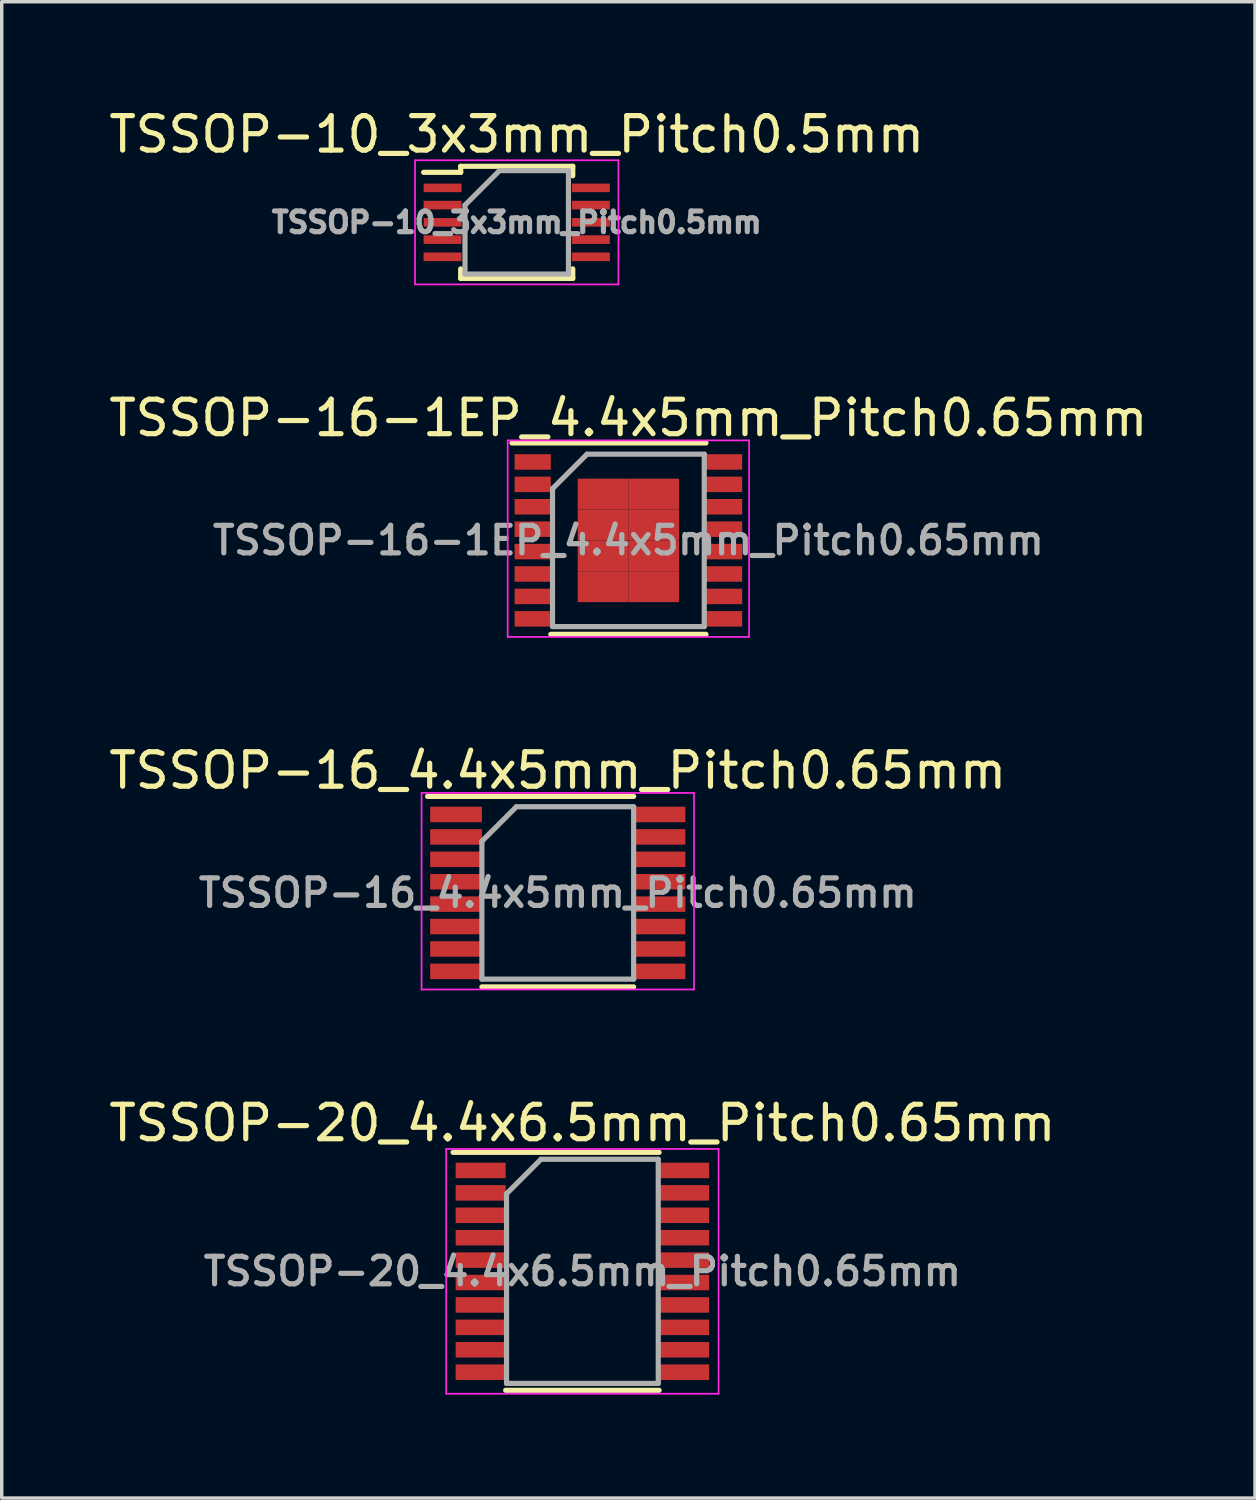
<source format=kicad_pcb>
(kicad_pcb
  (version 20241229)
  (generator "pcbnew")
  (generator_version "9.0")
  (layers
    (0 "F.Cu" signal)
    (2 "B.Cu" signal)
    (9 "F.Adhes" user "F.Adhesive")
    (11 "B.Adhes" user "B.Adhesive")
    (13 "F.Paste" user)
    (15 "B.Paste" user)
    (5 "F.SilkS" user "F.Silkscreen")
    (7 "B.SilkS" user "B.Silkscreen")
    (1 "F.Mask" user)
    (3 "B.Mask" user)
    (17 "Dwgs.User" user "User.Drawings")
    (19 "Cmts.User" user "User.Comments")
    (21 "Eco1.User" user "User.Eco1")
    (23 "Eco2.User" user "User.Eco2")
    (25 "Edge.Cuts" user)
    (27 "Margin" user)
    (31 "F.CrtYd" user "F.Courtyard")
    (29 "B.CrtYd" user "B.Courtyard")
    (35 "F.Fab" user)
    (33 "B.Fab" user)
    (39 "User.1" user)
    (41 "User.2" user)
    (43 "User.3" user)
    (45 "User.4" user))
  (footprint "TSSOP-16-1EP_4.4x5mm_Pitch0.65mm"
    (layer "F.Cu")
    (at 15.173 12.621)
    (property "Reference" "TSSOP-16-1EP_4.4x5mm_Pitch0.65mm" (at 0 -3.55 0) (layer "F.SilkS") (effects (font (size 1 1) (thickness 0.15))))
    (attr smd)
    (fp_line (start -3.375 -2.825) (end 2.25 -2.825) (stroke (width 0.15) (type solid)) (layer "F.SilkS"))
    (fp_line (start -2.25 2.725) (end 2.25 2.725) (stroke (width 0.15) (type solid)) (layer "F.SilkS"))
    (fp_line (start -3.5 -2.9) (end -3.5 2.8) (stroke (width 0.05) (type solid)) (layer "F.CrtYd"))
    (fp_line (start -3.5 -2.9) (end 3.5 -2.9) (stroke (width 0.05) (type solid)) (layer "F.CrtYd"))
    (fp_line (start -3.5 2.8) (end 3.5 2.8) (stroke (width 0.05) (type solid)) (layer "F.CrtYd"))
    (fp_line (start 3.5 -2.9) (end 3.5 2.8) (stroke (width 0.05) (type solid)) (layer "F.CrtYd"))
    (fp_line (start -2.2 -1.5) (end -1.2 -2.5) (stroke (width 0.15) (type solid)) (layer "F.Fab"))
    (fp_line (start -2.2 2.5) (end -2.2 -1.5) (stroke (width 0.15) (type solid)) (layer "F.Fab"))
    (fp_line (start -1.2 -2.5) (end 2.2 -2.5) (stroke (width 0.15) (type solid)) (layer "F.Fab"))
    (fp_line (start 2.2 -2.5) (end 2.2 2.5) (stroke (width 0.15) (type solid)) (layer "F.Fab"))
    (fp_line (start 2.2 2.5) (end -2.2 2.5) (stroke (width 0.15) (type solid)) (layer "F.Fab"))
    (fp_text user "${REFERENCE}" (at 0 0 0) (layer "F.Fab") (effects (font (size 0.8 0.8) (thickness 0.15))))
    (pad "1" smd rect (at -2.775 -2.275) (size 1.05 0.45) (layers "F.Cu" "F.Mask" "F.Paste"))
    (pad "2" smd rect (at -2.775 -1.625) (size 1.05 0.45) (layers "F.Cu" "F.Mask" "F.Paste"))
    (pad "3" smd rect (at -2.775 -0.975) (size 1.05 0.45) (layers "F.Cu" "F.Mask" "F.Paste"))
    (pad "4" smd rect (at -2.775 -0.325) (size 1.05 0.45) (layers "F.Cu" "F.Mask" "F.Paste"))
    (pad "5" smd rect (at -2.775 0.325) (size 1.05 0.45) (layers "F.Cu" "F.Mask" "F.Paste"))
    (pad "6" smd rect (at -2.775 0.975) (size 1.05 0.45) (layers "F.Cu" "F.Mask" "F.Paste"))
    (pad "7" smd rect (at -2.775 1.625) (size 1.05 0.45) (layers "F.Cu" "F.Mask" "F.Paste"))
    (pad "8" smd rect (at -2.775 2.275) (size 1.05 0.45) (layers "F.Cu" "F.Mask" "F.Paste"))
    (pad "9" smd rect (at 2.775 2.275) (size 1.05 0.45) (layers "F.Cu" "F.Mask" "F.Paste"))
    (pad "10" smd rect (at 2.775 1.625) (size 1.05 0.45) (layers "F.Cu" "F.Mask" "F.Paste"))
    (pad "11" smd rect (at 2.775 0.975) (size 1.05 0.45) (layers "F.Cu" "F.Mask" "F.Paste"))
    (pad "12" smd rect (at 2.775 0.325) (size 1.05 0.45) (layers "F.Cu" "F.Mask" "F.Paste"))
    (pad "13" smd rect (at 2.775 -0.325) (size 1.05 0.45) (layers "F.Cu" "F.Mask" "F.Paste"))
    (pad "14" smd rect (at 2.775 -0.975) (size 1.05 0.45) (layers "F.Cu" "F.Mask" "F.Paste"))
    (pad "15" smd rect (at 2.775 -1.625) (size 1.05 0.45) (layers "F.Cu" "F.Mask" "F.Paste"))
    (pad "16" smd rect (at 2.775 -2.275) (size 1.05 0.45) (layers "F.Cu" "F.Mask" "F.Paste"))
    (pad "17" smd rect (at -0.735 -1.343) (size 1.47 0.895) (layers "F.Cu" "F.Mask" "F.Paste"))
    (pad "17" smd rect (at -0.735 -0.448) (size 1.47 0.895) (layers "F.Cu" "F.Mask" "F.Paste"))
    (pad "17" smd rect (at -0.735 0.448) (size 1.47 0.895) (layers "F.Cu" "F.Mask" "F.Paste"))
    (pad "17" smd rect (at -0.735 1.343) (size 1.47 0.895) (layers "F.Cu" "F.Mask" "F.Paste"))
    (pad "17" smd rect (at 0.735 -1.343) (size 1.47 0.895) (layers "F.Cu" "F.Mask" "F.Paste"))
    (pad "17" smd rect (at 0.735 -0.448) (size 1.47 0.895) (layers "F.Cu" "F.Mask" "F.Paste"))
    (pad "17" smd rect (at 0.735 0.448) (size 1.47 0.895) (layers "F.Cu" "F.Mask" "F.Paste"))
    (pad "17" smd rect (at 0.735 1.343) (size 1.47 0.895) (layers "F.Cu" "F.Mask" "F.Paste")))
  (footprint "TSSOP-16_4.4x5mm_Pitch0.65mm"
    (layer "F.Cu")
    (at 13.125 22.845)
    (property "Reference" "TSSOP-16_4.4x5mm_Pitch0.65mm" (at 0 -3.55 0) (layer "F.SilkS") (effects (font (size 1 1) (thickness 0.15))))
    (attr smd)
    (fp_line (start -3.775 -2.8) (end 2.2 -2.8) (stroke (width 0.15) (type solid)) (layer "F.SilkS"))
    (fp_line (start -2.2 2.725) (end 2.2 2.725) (stroke (width 0.15) (type solid)) (layer "F.SilkS"))
    (fp_line (start -3.95 -2.9) (end -3.95 2.8) (stroke (width 0.05) (type solid)) (layer "F.CrtYd"))
    (fp_line (start -3.95 -2.9) (end 3.95 -2.9) (stroke (width 0.05) (type solid)) (layer "F.CrtYd"))
    (fp_line (start -3.95 2.8) (end 3.95 2.8) (stroke (width 0.05) (type solid)) (layer "F.CrtYd"))
    (fp_line (start 3.95 -2.9) (end 3.95 2.8) (stroke (width 0.05) (type solid)) (layer "F.CrtYd"))
    (fp_line (start -2.2 -1.5) (end -1.2 -2.5) (stroke (width 0.15) (type solid)) (layer "F.Fab"))
    (fp_line (start -2.2 2.5) (end -2.2 -1.5) (stroke (width 0.15) (type solid)) (layer "F.Fab"))
    (fp_line (start -1.2 -2.5) (end 2.2 -2.5) (stroke (width 0.15) (type solid)) (layer "F.Fab"))
    (fp_line (start 2.2 -2.5) (end 2.2 2.5) (stroke (width 0.15) (type solid)) (layer "F.Fab"))
    (fp_line (start 2.2 2.5) (end -2.2 2.5) (stroke (width 0.15) (type solid)) (layer "F.Fab"))
    (fp_text user "${REFERENCE}" (at 0 0 0) (layer "F.Fab") (effects (font (size 0.8 0.8) (thickness 0.15))))
    (pad "1" smd rect (at -2.95 -2.275) (size 1.5 0.45) (layers "F.Cu" "F.Mask" "F.Paste"))
    (pad "2" smd rect (at -2.95 -1.625) (size 1.5 0.45) (layers "F.Cu" "F.Mask" "F.Paste"))
    (pad "3" smd rect (at -2.95 -0.975) (size 1.5 0.45) (layers "F.Cu" "F.Mask" "F.Paste"))
    (pad "4" smd rect (at -2.95 -0.325) (size 1.5 0.45) (layers "F.Cu" "F.Mask" "F.Paste"))
    (pad "5" smd rect (at -2.95 0.325) (size 1.5 0.45) (layers "F.Cu" "F.Mask" "F.Paste"))
    (pad "6" smd rect (at -2.95 0.975) (size 1.5 0.45) (layers "F.Cu" "F.Mask" "F.Paste"))
    (pad "7" smd rect (at -2.95 1.625) (size 1.5 0.45) (layers "F.Cu" "F.Mask" "F.Paste"))
    (pad "8" smd rect (at -2.95 2.275) (size 1.5 0.45) (layers "F.Cu" "F.Mask" "F.Paste"))
    (pad "9" smd rect (at 2.95 2.275) (size 1.5 0.45) (layers "F.Cu" "F.Mask" "F.Paste"))
    (pad "10" smd rect (at 2.95 1.625) (size 1.5 0.45) (layers "F.Cu" "F.Mask" "F.Paste"))
    (pad "11" smd rect (at 2.95 0.975) (size 1.5 0.45) (layers "F.Cu" "F.Mask" "F.Paste"))
    (pad "12" smd rect (at 2.95 0.325) (size 1.5 0.45) (layers "F.Cu" "F.Mask" "F.Paste"))
    (pad "13" smd rect (at 2.95 -0.325) (size 1.5 0.45) (layers "F.Cu" "F.Mask" "F.Paste"))
    (pad "14" smd rect (at 2.95 -0.975) (size 1.5 0.45) (layers "F.Cu" "F.Mask" "F.Paste"))
    (pad "15" smd rect (at 2.95 -1.625) (size 1.5 0.45) (layers "F.Cu" "F.Mask" "F.Paste"))
    (pad "16" smd rect (at 2.95 -2.275) (size 1.5 0.45) (layers "F.Cu" "F.Mask" "F.Paste")))
  (footprint "TSSOP-20_4.4x6.5mm_Pitch0.65mm"
    (layer "F.Cu")
    (at 13.839 33.818)
    (property "Reference" "TSSOP-20_4.4x6.5mm_Pitch0.65mm" (at 0 -4.3 0) (layer "F.SilkS") (effects (font (size 1 1) (thickness 0.15))))
    (attr smd)
    (fp_line (start -3.75 -3.45) (end 2.225 -3.45) (stroke (width 0.15) (type solid)) (layer "F.SilkS"))
    (fp_line (start -2.225 3.45) (end 2.225 3.45) (stroke (width 0.15) (type solid)) (layer "F.SilkS"))
    (fp_line (start -3.95 -3.55) (end -3.95 3.55) (stroke (width 0.05) (type solid)) (layer "F.CrtYd"))
    (fp_line (start -3.95 -3.55) (end 3.95 -3.55) (stroke (width 0.05) (type solid)) (layer "F.CrtYd"))
    (fp_line (start -3.95 3.55) (end 3.95 3.55) (stroke (width 0.05) (type solid)) (layer "F.CrtYd"))
    (fp_line (start 3.95 -3.55) (end 3.95 3.55) (stroke (width 0.05) (type solid)) (layer "F.CrtYd"))
    (fp_line (start -2.2 -2.25) (end -1.2 -3.25) (stroke (width 0.15) (type solid)) (layer "F.Fab"))
    (fp_line (start -2.2 3.25) (end -2.2 -2.25) (stroke (width 0.15) (type solid)) (layer "F.Fab"))
    (fp_line (start -1.2 -3.25) (end 2.2 -3.25) (stroke (width 0.15) (type solid)) (layer "F.Fab"))
    (fp_line (start 2.2 -3.25) (end 2.2 3.25) (stroke (width 0.15) (type solid)) (layer "F.Fab"))
    (fp_line (start 2.2 3.25) (end -2.2 3.25) (stroke (width 0.15) (type solid)) (layer "F.Fab"))
    (fp_text user "${REFERENCE}" (at 0 0 0) (layer "F.Fab") (effects (font (size 0.8 0.8) (thickness 0.15))))
    (pad "1" smd rect (at -2.95 -2.925) (size 1.45 0.45) (layers "F.Cu" "F.Mask" "F.Paste"))
    (pad "2" smd rect (at -2.95 -2.275) (size 1.45 0.45) (layers "F.Cu" "F.Mask" "F.Paste"))
    (pad "3" smd rect (at -2.95 -1.625) (size 1.45 0.45) (layers "F.Cu" "F.Mask" "F.Paste"))
    (pad "4" smd rect (at -2.95 -0.975) (size 1.45 0.45) (layers "F.Cu" "F.Mask" "F.Paste"))
    (pad "5" smd rect (at -2.95 -0.325) (size 1.45 0.45) (layers "F.Cu" "F.Mask" "F.Paste"))
    (pad "6" smd rect (at -2.95 0.325) (size 1.45 0.45) (layers "F.Cu" "F.Mask" "F.Paste"))
    (pad "7" smd rect (at -2.95 0.975) (size 1.45 0.45) (layers "F.Cu" "F.Mask" "F.Paste"))
    (pad "8" smd rect (at -2.95 1.625) (size 1.45 0.45) (layers "F.Cu" "F.Mask" "F.Paste"))
    (pad "9" smd rect (at -2.95 2.275) (size 1.45 0.45) (layers "F.Cu" "F.Mask" "F.Paste"))
    (pad "10" smd rect (at -2.95 2.925) (size 1.45 0.45) (layers "F.Cu" "F.Mask" "F.Paste"))
    (pad "11" smd rect (at 2.95 2.925) (size 1.45 0.45) (layers "F.Cu" "F.Mask" "F.Paste"))
    (pad "12" smd rect (at 2.95 2.275) (size 1.45 0.45) (layers "F.Cu" "F.Mask" "F.Paste"))
    (pad "13" smd rect (at 2.95 1.625) (size 1.45 0.45) (layers "F.Cu" "F.Mask" "F.Paste"))
    (pad "14" smd rect (at 2.95 0.975) (size 1.45 0.45) (layers "F.Cu" "F.Mask" "F.Paste"))
    (pad "15" smd rect (at 2.95 0.325) (size 1.45 0.45) (layers "F.Cu" "F.Mask" "F.Paste"))
    (pad "16" smd rect (at 2.95 -0.325) (size 1.45 0.45) (layers "F.Cu" "F.Mask" "F.Paste"))
    (pad "17" smd rect (at 2.95 -0.975) (size 1.45 0.45) (layers "F.Cu" "F.Mask" "F.Paste"))
    (pad "18" smd rect (at 2.95 -1.625) (size 1.45 0.45) (layers "F.Cu" "F.Mask" "F.Paste"))
    (pad "19" smd rect (at 2.95 -2.275) (size 1.45 0.45) (layers "F.Cu" "F.Mask" "F.Paste"))
    (pad "20" smd rect (at 2.95 -2.925) (size 1.45 0.45) (layers "F.Cu" "F.Mask" "F.Paste")))
  (footprint "TSSOP-10_3x3mm_Pitch0.5mm"
    (layer "F.Cu")
    (at 11.935 3.398)
    (property "Reference" "TSSOP-10_3x3mm_Pitch0.5mm" (at 0 -2.55 0) (layer "F.SilkS") (effects (font (size 1 1) (thickness 0.15))))
    (attr smd)
    (fp_line (start -1.625 -1.625) (end -1.625 -1.45) (stroke (width 0.15) (type solid)) (layer "F.SilkS"))
    (fp_line (start -1.625 -1.625) (end 1.625 -1.625) (stroke (width 0.15) (type solid)) (layer "F.SilkS"))
    (fp_line (start -1.625 -1.45) (end -2.7 -1.45) (stroke (width 0.15) (type solid)) (layer "F.SilkS"))
    (fp_line (start -1.625 1.625) (end -1.625 1.35) (stroke (width 0.15) (type solid)) (layer "F.SilkS"))
    (fp_line (start -1.625 1.625) (end 1.625 1.625) (stroke (width 0.15) (type solid)) (layer "F.SilkS"))
    (fp_line (start 1.625 -1.625) (end 1.625 -1.35) (stroke (width 0.15) (type solid)) (layer "F.SilkS"))
    (fp_line (start 1.625 1.625) (end 1.625 1.35) (stroke (width 0.15) (type solid)) (layer "F.SilkS"))
    (fp_line (start -2.95 -1.8) (end -2.95 1.8) (stroke (width 0.05) (type solid)) (layer "F.CrtYd"))
    (fp_line (start -2.95 -1.8) (end 2.95 -1.8) (stroke (width 0.05) (type solid)) (layer "F.CrtYd"))
    (fp_line (start -2.95 1.8) (end 2.95 1.8) (stroke (width 0.05) (type solid)) (layer "F.CrtYd"))
    (fp_line (start 2.95 -1.8) (end 2.95 1.8) (stroke (width 0.05) (type solid)) (layer "F.CrtYd"))
    (fp_line (start -1.5 -0.5) (end -0.5 -1.5) (stroke (width 0.15) (type solid)) (layer "F.Fab"))
    (fp_line (start -1.5 1.5) (end -1.5 -0.5) (stroke (width 0.15) (type solid)) (layer "F.Fab"))
    (fp_line (start -0.5 -1.5) (end 1.5 -1.5) (stroke (width 0.15) (type solid)) (layer "F.Fab"))
    (fp_line (start 1.5 -1.5) (end 1.5 1.5) (stroke (width 0.15) (type solid)) (layer "F.Fab"))
    (fp_line (start 1.5 1.5) (end -1.5 1.5) (stroke (width 0.15) (type solid)) (layer "F.Fab"))
    (fp_text user "${REFERENCE}" (at 0 0 0) (layer "F.Fab") (effects (font (size 0.6 0.6) (thickness 0.15))))
    (pad "1" smd rect (at -2.15 -1) (size 1.1 0.25) (layers "F.Cu" "F.Mask" "F.Paste"))
    (pad "2" smd rect (at -2.15 -0.5) (size 1.1 0.25) (layers "F.Cu" "F.Mask" "F.Paste"))
    (pad "3" smd rect (at -2.15 0) (size 1.1 0.25) (layers "F.Cu" "F.Mask" "F.Paste"))
    (pad "4" smd rect (at -2.15 0.5) (size 1.1 0.25) (layers "F.Cu" "F.Mask" "F.Paste"))
    (pad "5" smd rect (at -2.15 1) (size 1.1 0.25) (layers "F.Cu" "F.Mask" "F.Paste"))
    (pad "6" smd rect (at 2.15 1) (size 1.1 0.25) (layers "F.Cu" "F.Mask" "F.Paste"))
    (pad "7" smd rect (at 2.15 0.5) (size 1.1 0.25) (layers "F.Cu" "F.Mask" "F.Paste"))
    (pad "8" smd rect (at 2.15 0) (size 1.1 0.25) (layers "F.Cu" "F.Mask" "F.Paste"))
    (pad "9" smd rect (at 2.15 -0.5) (size 1.1 0.25) (layers "F.Cu" "F.Mask" "F.Paste"))
    (pad "10" smd rect (at 2.15 -1) (size 1.1 0.25) (layers "F.Cu" "F.Mask" "F.Paste")))
  (gr_rect
    (start -3 -3)
    (end 33.345 40.393)
    (stroke (width 0.1) (type default))
    (fill no)
    (layer "Edge.Cuts")))
</source>
